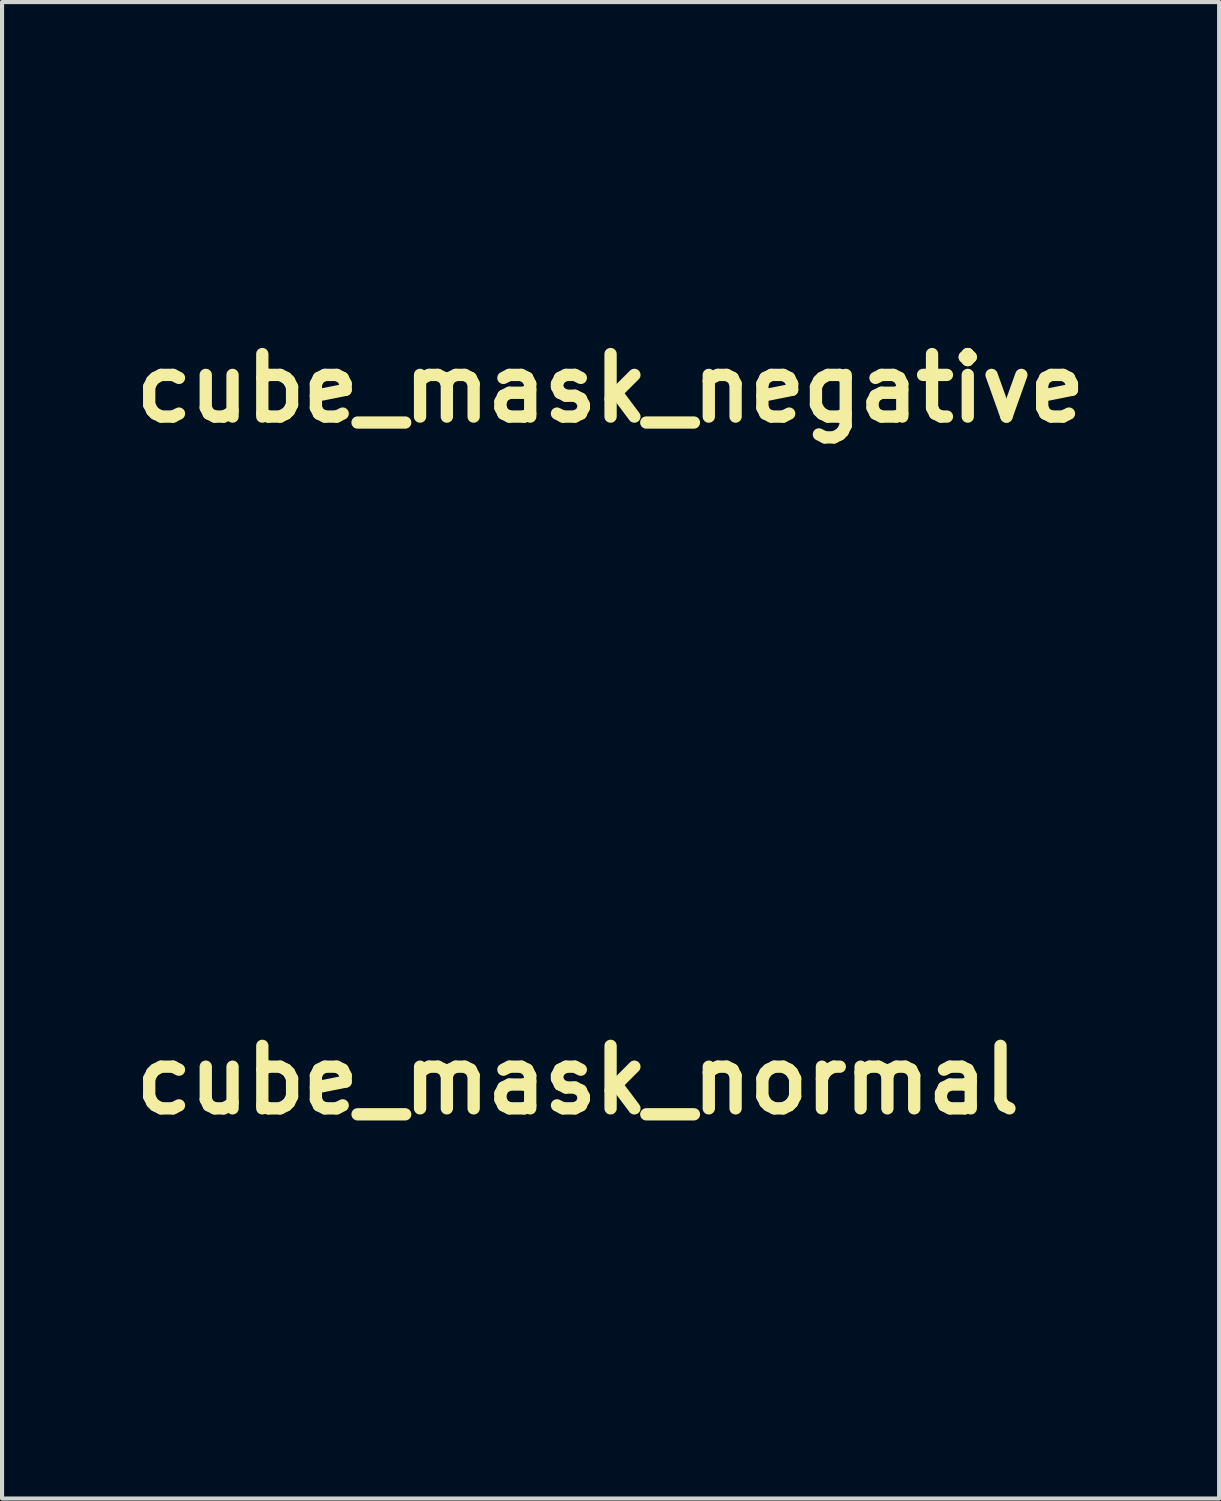
<source format=kicad_pcb>
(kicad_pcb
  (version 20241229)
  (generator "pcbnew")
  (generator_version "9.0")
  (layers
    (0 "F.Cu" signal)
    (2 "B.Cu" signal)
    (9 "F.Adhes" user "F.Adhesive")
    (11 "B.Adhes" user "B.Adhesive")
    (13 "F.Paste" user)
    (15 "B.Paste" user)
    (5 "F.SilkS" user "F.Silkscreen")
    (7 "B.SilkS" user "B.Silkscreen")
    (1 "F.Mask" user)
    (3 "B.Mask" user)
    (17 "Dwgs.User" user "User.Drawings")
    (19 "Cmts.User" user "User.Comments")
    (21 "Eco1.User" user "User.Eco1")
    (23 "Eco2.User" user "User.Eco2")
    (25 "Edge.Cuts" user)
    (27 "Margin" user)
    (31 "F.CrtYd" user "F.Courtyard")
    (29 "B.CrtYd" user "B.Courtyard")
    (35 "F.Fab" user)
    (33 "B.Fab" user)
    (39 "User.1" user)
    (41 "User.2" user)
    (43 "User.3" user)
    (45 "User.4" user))
  (footprint "cube_mask_negative"
    (layer "F.Cu")
    (at 11.836 6.417)
    (property "Reference" "cube_mask_negative" (at 0 0 0) (layer "F.SilkS") (effects (font (size 1.524 1.524) (thickness 0.3))))
    (attr through_hole)
    (fp_poly (pts (xy 0.642 -6.295) (xy 0.821 -6.251) (xy 1.064 -6.19) (xy 1.352 -6.118) (xy 1.667 -6.038) (xy 1.99 -5.955) (xy 2.18 -5.907) (xy 2.523 -5.82) (xy 2.89 -5.728) (xy 3.258 -5.638) (xy 3.602 -5.554) (xy 3.898 -5.484) (xy 4 -5.461) (xy 4.334 -5.383) (xy 4.679 -5.3) (xy 5.024 -5.215) (xy 5.36 -5.13) (xy 5.676 -5.048) (xy 5.961 -4.971) (xy 6.205 -4.903) (xy 6.398 -4.847) (xy 6.53 -4.804) (xy 6.589 -4.778) (xy 6.628 -4.706) (xy 6.646 -4.594) (xy 6.646 -4.582) (xy 6.642 -4.5) (xy 6.63 -4.347) (xy 6.611 -4.131) (xy 6.587 -3.865) (xy 6.558 -3.56) (xy 6.525 -3.227) (xy 6.491 -2.877) (xy 6.455 -2.522) (xy 6.419 -2.174) (xy 6.384 -1.842) (xy 6.352 -1.539) (xy 6.323 -1.275) (xy 6.299 -1.063) (xy 6.288 -0.974) (xy 6.265 -0.778) (xy 6.239 -0.521) (xy 6.212 -0.223) (xy 6.185 0.093) (xy 6.16 0.406) (xy 6.157 0.445) (xy 6.124 0.879) (xy 6.089 1.297) (xy 6.054 1.688) (xy 6.019 2.044) (xy 5.986 2.358) (xy 5.955 2.619) (xy 5.927 2.819) (xy 5.903 2.951) (xy 5.888 2.998) (xy 5.875 3.018) (xy 5.852 3.042) (xy 5.814 3.075) (xy 5.757 3.119) (xy 5.675 3.178) (xy 5.565 3.254) (xy 5.42 3.352) (xy 5.238 3.473) (xy 5.012 3.621) (xy 4.738 3.8) (xy 4.412 4.012) (xy 4.029 4.261) (xy 3.583 4.55) (xy 3.111 4.856) (xy 2.603 5.184) (xy 2.161 5.47) (xy 1.78 5.716) (xy 1.455 5.926) (xy 1.181 6.101) (xy 0.953 6.246) (xy 0.767 6.364) (xy 0.617 6.457) (xy 0.498 6.529) (xy 0.406 6.583) (xy 0.335 6.622) (xy 0.281 6.649) (xy 0.248 6.664) (xy 0.156 6.699) (xy 0.088 6.701) (xy 0.015 6.666) (xy -0.091 6.59) (xy -0.173 6.531) (xy -0.317 6.434) (xy -0.511 6.304) (xy -0.744 6.149) (xy -1.007 5.976) (xy -1.289 5.79) (xy -1.58 5.6) (xy -1.868 5.412) (xy -2.144 5.233) (xy -2.398 5.069) (xy -2.618 4.928) (xy -2.795 4.816) (xy -2.917 4.741) (xy -2.937 4.729) (xy -3.038 4.667) (xy -3.196 4.566) (xy -3.398 4.435) (xy -3.63 4.283) (xy -3.88 4.118) (xy -4.028 4.02) (xy -4.285 3.849) (xy -4.534 3.685) (xy -4.762 3.536) (xy -4.954 3.41) (xy -5.098 3.318) (xy -5.152 3.285) (xy -5.328 3.172) (xy -5.444 3.078) (xy -5.516 2.985) (xy -5.559 2.872) (xy -5.587 2.726) (xy -5.606 2.585) (xy -5.63 2.374) (xy -5.658 2.109) (xy -5.689 1.802) (xy -5.721 1.47) (xy -5.753 1.127) (xy -5.783 0.787) (xy -5.81 0.465) (xy -5.834 0.175) (xy -5.851 -0.06) (xy -5.797 -0.06) (xy -5.792 0.074) (xy -5.78 0.256) (xy -5.76 0.489) (xy -5.732 0.782) (xy -5.695 1.139) (xy -5.649 1.567) (xy -5.594 2.073) (xy -5.585 2.159) (xy -5.55 2.457) (xy -5.519 2.681) (xy -5.491 2.84) (xy -5.464 2.944) (xy -5.435 3.003) (xy -5.427 3.013) (xy -5.369 3.057) (xy -5.254 3.137) (xy -5.092 3.246) (xy -4.894 3.377) (xy -4.671 3.521) (xy -4.434 3.674) (xy -4.195 3.826) (xy -3.964 3.973) (xy -3.752 4.105) (xy -3.57 4.217) (xy -3.43 4.301) (xy -3.341 4.35) (xy -3.317 4.36) (xy -3.278 4.323) (xy -3.247 4.233) (xy -3.245 4.223) (xy -3.242 4.147) (xy -3.244 3.998) (xy -3.251 3.788) (xy -3.263 3.529) (xy -3.279 3.233) (xy -3.299 2.91) (xy -3.307 2.794) (xy -3.329 2.457) (xy -3.349 2.134) (xy -3.367 1.839) (xy -3.379 1.643) (xy -3.024 1.643) (xy -3.02 1.897) (xy -3.008 2.221) (xy -2.988 2.62) (xy -2.964 3.027) (xy -2.937 3.447) (xy -2.915 3.791) (xy -2.896 4.067) (xy -2.879 4.282) (xy -2.862 4.446) (xy -2.845 4.566) (xy -2.827 4.65) (xy -2.806 4.706) (xy -2.781 4.743) (xy -2.751 4.768) (xy -2.716 4.79) (xy -2.655 4.828) (xy -2.531 4.907) (xy -2.355 5.019) (xy -2.135 5.161) (xy -1.88 5.324) (xy -1.6 5.505) (xy -1.382 5.646) (xy -1.093 5.831) (xy -0.827 6.001) (xy -0.591 6.151) (xy -0.394 6.274) (xy -0.245 6.365) (xy -0.151 6.421) (xy -0.122 6.435) (xy -0.114 6.394) (xy -0.106 6.276) (xy -0.1 6.089) (xy -0.094 5.842) (xy -0.09 5.542) (xy -0.086 5.196) (xy -0.085 4.814) (xy -0.085 4.619) (xy -0.085 4.177) (xy -0.086 3.812) (xy -0.088 3.515) (xy -0.091 3.281) (xy -0.095 3.1) (xy -0.102 2.964) (xy -0.11 2.867) (xy -0.121 2.8) (xy -0.135 2.755) (xy -0.152 2.726) (xy -0.159 2.717) (xy -0.227 2.66) (xy -0.35 2.578) (xy -0.507 2.482) (xy -0.614 2.422) (xy -0.813 2.315) (xy -1.048 2.19) (xy -1.306 2.055) (xy -1.577 1.914) (xy -1.851 1.772) (xy -2.117 1.637) (xy -2.364 1.512) (xy -2.581 1.403) (xy -2.758 1.316) (xy -2.884 1.256) (xy -2.949 1.229) (xy -2.953 1.228) (xy -2.984 1.251) (xy -3.006 1.325) (xy -3.019 1.454) (xy -3.024 1.643) (xy -3.379 1.643) (xy -3.382 1.584) (xy -3.393 1.384) (xy -3.399 1.251) (xy -3.4 1.228) (xy -3.408 0.954) (xy -3.747 0.77) (xy -3.991 0.638) (xy -4.255 0.498) (xy -4.527 0.356) (xy -4.796 0.216) (xy -5.052 0.085) (xy -5.284 -0.032) (xy -5.48 -0.13) (xy -5.631 -0.203) (xy -5.725 -0.245) (xy -5.75 -0.254) (xy -5.771 -0.245) (xy -5.786 -0.214) (xy -5.794 -0.154) (xy -5.797 -0.06) (xy -5.851 -0.06) (xy -5.851 -0.067) (xy -5.862 -0.247) (xy -5.863 -0.275) (xy -5.876 -0.486) (xy -5.894 -0.693) (xy -5.914 -0.863) (xy -5.924 -0.919) (xy -5.939 -1.02) (xy -5.96 -1.191) (xy -5.986 -1.42) (xy -6.015 -1.692) (xy -6.045 -1.993) (xy -6.074 -2.295) (xy -6.106 -2.637) (xy -6.14 -2.988) (xy -6.173 -3.326) (xy -6.204 -3.633) (xy -6.231 -3.889) (xy -6.247 -4.033) (xy -6.275 -4.301) (xy -6.285 -4.442) (xy -6.201 -4.442) (xy -6.195 -4.321) (xy -6.182 -4.137) (xy -6.165 -3.903) (xy -6.143 -3.628) (xy -6.117 -3.325) (xy -6.089 -3.005) (xy -6.06 -2.677) (xy -6.03 -2.355) (xy -6.001 -2.048) (xy -5.973 -1.768) (xy -5.948 -1.527) (xy -5.926 -1.334) (xy -5.925 -1.322) (xy -5.895 -1.101) (xy -5.861 -0.945) (xy -5.812 -0.833) (xy -5.737 -0.747) (xy -5.624 -0.665) (xy -5.516 -0.601) (xy -5.388 -0.529) (xy -5.214 -0.434) (xy -5.004 -0.323) (xy -4.771 -0.201) (xy -4.527 -0.075) (xy -4.285 0.049) (xy -4.056 0.165) (xy -3.852 0.267) (xy -3.687 0.348) (xy -3.571 0.402) (xy -3.516 0.423) (xy -3.515 0.423) (xy -3.459 0.395) (xy -3.457 0.392) (xy -3.454 0.34) (xy -3.456 0.215) (xy -3.463 0.027) (xy -3.474 -0.216) (xy -3.488 -0.501) (xy -3.506 -0.82) (xy -3.525 -1.161) (xy -3.547 -1.516) (xy -3.569 -1.872) (xy -3.592 -2.221) (xy -3.614 -2.552) (xy -3.636 -2.855) (xy -3.653 -3.079) (xy -3.274 -3.079) (xy -3.273 -2.884) (xy -3.266 -2.63) (xy -3.253 -2.311) (xy -3.235 -1.92) (xy -3.216 -1.537) (xy -3.196 -1.153) (xy -3.175 -0.787) (xy -3.154 -0.451) (xy -3.134 -0.153) (xy -3.115 0.094) (xy -3.098 0.282) (xy -3.084 0.398) (xy -3.081 0.418) (xy -3.046 0.552) (xy -2.999 0.641) (xy -2.916 0.717) (xy -2.814 0.786) (xy -2.733 0.833) (xy -2.593 0.91) (xy -2.405 1.011) (xy -2.179 1.131) (xy -1.925 1.264) (xy -1.655 1.405) (xy -1.379 1.548) (xy -1.107 1.688) (xy -0.85 1.82) (xy -0.619 1.937) (xy -0.424 2.035) (xy -0.276 2.108) (xy -0.185 2.15) (xy -0.162 2.158) (xy -0.128 2.124) (xy -0.112 2.085) (xy -0.104 2.016) (xy -0.096 1.873) (xy -0.088 1.666) (xy -0.081 1.408) (xy -0.075 1.109) (xy -0.069 0.779) (xy -0.063 0.43) (xy -0.059 0.072) (xy -0.056 -0.284) (xy -0.054 -0.627) (xy -0.054 -0.946) (xy -0.054 -1.23) (xy -0.057 -1.468) (xy -0.061 -1.65) (xy -0.065 -1.729) (xy -0.078 -1.947) (xy -0.091 -2.095) (xy -0.107 -2.189) (xy -0.129 -2.243) (xy -0.162 -2.274) (xy -0.207 -2.295) (xy -0.272 -2.32) (xy -0.406 -2.371) (xy -0.599 -2.444) (xy -0.842 -2.536) (xy -1.124 -2.643) (xy -1.435 -2.761) (xy -1.693 -2.858) (xy -2.018 -2.981) (xy -2.32 -3.095) (xy -2.589 -3.197) (xy -2.815 -3.282) (xy -2.989 -3.348) (xy -3.101 -3.391) (xy -3.14 -3.406) (xy -3.18 -3.418) (xy -3.213 -3.413) (xy -3.239 -3.383) (xy -3.257 -3.322) (xy -3.269 -3.223) (xy -3.274 -3.079) (xy -3.653 -3.079) (xy -3.656 -3.119) (xy -3.674 -3.334) (xy -3.689 -3.491) (xy -3.701 -3.579) (xy -3.705 -3.594) (xy -3.759 -3.622) (xy -3.883 -3.675) (xy -4.068 -3.75) (xy -4.306 -3.842) (xy -4.586 -3.948) (xy -4.901 -4.066) (xy -5.24 -4.19) (xy -5.595 -4.318) (xy -5.661 -4.342) (xy -5.855 -4.408) (xy -6.02 -4.458) (xy -6.139 -4.488) (xy -6.197 -4.493) (xy -6.2 -4.49) (xy -6.201 -4.442) (xy -6.285 -4.442) (xy -6.289 -4.497) (xy -6.288 -4.635) (xy -6.27 -4.727) (xy -6.236 -4.786) (xy -6.185 -4.824) (xy -6.128 -4.843) (xy -5.998 -4.879) (xy -5.806 -4.93) (xy -5.561 -4.993) (xy -5.273 -5.066) (xy -4.951 -5.147) (xy -4.632 -5.225) (xy -4.226 -5.325) (xy -3.76 -5.44) (xy -3.258 -5.563) (xy -2.742 -5.691) (xy -2.235 -5.816) (xy -1.76 -5.934) (xy -1.496 -6) (xy 0.162 -6.412) (xy 0.642 -6.295)) (stroke (width 0.01) (type solid)) (fill yes) (layer "F.Mask")))
  (footprint "cube_mask_normal"
    (layer "F.Cu")
    (at 11.038 23.283)
    (property "Reference" "cube_mask_normal" (at 0 0 0) (layer "F.SilkS") (effects (font (size 1.524 1.524) (thickness 0.3))))
    (attr through_hole)
    (fp_poly (pts (xy -5.671 -0.191) (xy -5.551 -0.136) (xy -5.377 -0.051) (xy -5.158 0.059) (xy -4.905 0.19) (xy -4.628 0.335) (xy -4.551 0.376) (xy -3.45 0.962) (xy -3.421 1.423) (xy -3.386 1.991) (xy -3.356 2.481) (xy -3.332 2.898) (xy -3.312 3.248) (xy -3.298 3.536) (xy -3.289 3.769) (xy -3.284 3.951) (xy -3.284 4.089) (xy -3.288 4.189) (xy -3.296 4.256) (xy -3.309 4.296) (xy -3.325 4.315) (xy -3.34 4.318) (xy -3.382 4.296) (xy -3.485 4.235) (xy -3.638 4.141) (xy -3.83 4.022) (xy -4.051 3.882) (xy -4.15 3.819) (xy -4.489 3.603) (xy -4.763 3.427) (xy -4.979 3.286) (xy -5.146 3.174) (xy -5.268 3.087) (xy -5.355 3.018) (xy -5.411 2.963) (xy -5.446 2.917) (xy -5.465 2.873) (xy -5.475 2.827) (xy -5.478 2.806) (xy -5.492 2.705) (xy -5.512 2.534) (xy -5.537 2.309) (xy -5.566 2.043) (xy -5.597 1.752) (xy -5.628 1.45) (xy -5.658 1.153) (xy -5.686 0.873) (xy -5.71 0.627) (xy -5.728 0.429) (xy -5.737 0.318) (xy -5.751 0.144) (xy -5.767 -0.006) (xy -5.78 -0.106) (xy -5.782 -0.116) (xy -5.78 -0.191) (xy -5.726 -0.211) (xy -5.671 -0.191)) (stroke (width 0.01) (type solid)) (fill yes) (layer "F.Mask"))
    (fp_poly (pts (xy -2.867 1.289) (xy -2.755 1.343) (xy -2.589 1.426) (xy -2.381 1.532) (xy -2.14 1.656) (xy -1.877 1.793) (xy -1.603 1.937) (xy -1.328 2.082) (xy -1.062 2.223) (xy -0.816 2.355) (xy -0.601 2.471) (xy -0.427 2.567) (xy -0.305 2.636) (xy -0.248 2.671) (xy -0.207 2.703) (xy -0.176 2.74) (xy -0.155 2.794) (xy -0.139 2.88) (xy -0.127 3.01) (xy -0.117 3.199) (xy -0.105 3.451) (xy -0.099 3.652) (xy -0.095 3.899) (xy -0.094 4.18) (xy -0.095 4.483) (xy -0.098 4.798) (xy -0.103 5.113) (xy -0.11 5.417) (xy -0.117 5.699) (xy -0.126 5.948) (xy -0.136 6.151) (xy -0.147 6.298) (xy -0.158 6.378) (xy -0.164 6.39) (xy -0.204 6.367) (xy -0.307 6.303) (xy -0.466 6.203) (xy -0.671 6.073) (xy -0.916 5.916) (xy -1.191 5.739) (xy -1.489 5.547) (xy -1.51 5.533) (xy -2.83 4.679) (xy -2.854 4.34) (xy -2.874 4.049) (xy -2.894 3.728) (xy -2.913 3.39) (xy -2.931 3.046) (xy -2.948 2.705) (xy -2.962 2.381) (xy -2.975 2.083) (xy -2.984 1.823) (xy -2.99 1.611) (xy -2.992 1.46) (xy -2.989 1.38) (xy -2.988 1.374) (xy -2.952 1.295) (xy -2.914 1.27) (xy -2.867 1.289)) (stroke (width 0.01) (type solid)) (fill yes) (layer "F.Mask"))
    (fp_poly (pts (xy -6.125 -4.463) (xy -6.013 -4.429) (xy -5.847 -4.372) (xy -5.637 -4.298) (xy -5.396 -4.211) (xy -5.134 -4.115) (xy -4.864 -4.014) (xy -4.598 -3.914) (xy -4.348 -3.818) (xy -4.124 -3.731) (xy -3.94 -3.657) (xy -3.807 -3.6) (xy -3.736 -3.566) (xy -3.728 -3.56) (xy -3.72 -3.51) (xy -3.708 -3.384) (xy -3.694 -3.193) (xy -3.676 -2.943) (xy -3.657 -2.646) (xy -3.637 -2.31) (xy -3.615 -1.943) (xy -3.606 -1.77) (xy -3.584 -1.385) (xy -3.563 -1.02) (xy -3.543 -0.684) (xy -3.525 -0.388) (xy -3.509 -0.143) (xy -3.496 0.042) (xy -3.487 0.157) (xy -3.485 0.18) (xy -3.475 0.307) (xy -3.489 0.367) (xy -3.519 0.38) (xy -3.572 0.361) (xy -3.688 0.309) (xy -3.857 0.228) (xy -4.067 0.124) (xy -4.306 0.004) (xy -4.445 -0.067) (xy -4.8 -0.251) (xy -5.086 -0.4) (xy -5.312 -0.52) (xy -5.484 -0.615) (xy -5.611 -0.69) (xy -5.699 -0.747) (xy -5.756 -0.793) (xy -5.79 -0.83) (xy -5.799 -0.845) (xy -5.82 -0.915) (xy -5.846 -1.051) (xy -5.875 -1.232) (xy -5.902 -1.439) (xy -5.903 -1.445) (xy -5.928 -1.665) (xy -5.956 -1.927) (xy -5.985 -2.221) (xy -6.016 -2.536) (xy -6.046 -2.86) (xy -6.075 -3.183) (xy -6.102 -3.492) (xy -6.126 -3.778) (xy -6.145 -4.029) (xy -6.16 -4.234) (xy -6.169 -4.382) (xy -6.17 -4.461) (xy -6.169 -4.471) (xy -6.125 -4.463)) (stroke (width 0.01) (type solid)) (fill yes) (layer "F.Mask"))
    (fp_poly (pts (xy -3.183 -3.344) (xy -3.07 -3.31) (xy -2.898 -3.253) (xy -2.68 -3.178) (xy -2.424 -3.089) (xy -2.141 -2.988) (xy -1.842 -2.88) (xy -1.538 -2.77) (xy -1.239 -2.659) (xy -0.955 -2.553) (xy -0.697 -2.456) (xy -0.476 -2.37) (xy -0.302 -2.3) (xy -0.185 -2.251) (xy -0.136 -2.225) (xy -0.126 -2.174) (xy -0.117 -2.049) (xy -0.11 -1.859) (xy -0.103 -1.617) (xy -0.097 -1.33) (xy -0.093 -1.011) (xy -0.091 -0.67) (xy -0.089 -0.316) (xy -0.09 0.04) (xy -0.092 0.387) (xy -0.096 0.716) (xy -0.101 1.015) (xy -0.107 1.217) (xy -0.12 1.549) (xy -0.133 1.801) (xy -0.148 1.977) (xy -0.165 2.08) (xy -0.184 2.115) (xy -0.185 2.115) (xy -0.233 2.096) (xy -0.347 2.042) (xy -0.516 1.958) (xy -0.731 1.851) (xy -0.981 1.723) (xy -1.257 1.58) (xy -1.333 1.541) (xy -1.727 1.336) (xy -2.053 1.165) (xy -2.317 1.026) (xy -2.526 0.913) (xy -2.686 0.824) (xy -2.806 0.754) (xy -2.891 0.699) (xy -2.949 0.655) (xy -2.986 0.619) (xy -3.009 0.586) (xy -3.012 0.581) (xy -3.025 0.52) (xy -3.04 0.386) (xy -3.058 0.19) (xy -3.078 -0.058) (xy -3.098 -0.348) (xy -3.119 -0.67) (xy -3.14 -1.013) (xy -3.16 -1.366) (xy -3.179 -1.72) (xy -3.196 -2.065) (xy -3.211 -2.389) (xy -3.223 -2.682) (xy -3.231 -2.935) (xy -3.235 -3.137) (xy -3.235 -3.278) (xy -3.229 -3.347) (xy -3.227 -3.351) (xy -3.183 -3.344)) (stroke (width 0.01) (type solid)) (fill yes) (layer "F.Mask"))
    (fp_poly (pts (xy 7.197 7.197) (xy -7.154 7.197) (xy -7.154 -4.485) (xy -6.32 -4.485) (xy -6.304 -4.263) (xy -6.287 -4.098) (xy -6.266 -3.912) (xy -6.24 -3.659) (xy -6.21 -3.358) (xy -6.178 -3.027) (xy -6.145 -2.682) (xy -6.117 -2.392) (xy -6.087 -2.071) (xy -6.056 -1.765) (xy -6.027 -1.489) (xy -6 -1.257) (xy -5.978 -1.081) (xy -5.962 -0.975) (xy -5.962 -0.974) (xy -5.938 -0.819) (xy -5.917 -0.618) (xy -5.902 -0.408) (xy -5.899 -0.36) (xy -5.89 -0.2) (xy -5.874 0.028) (xy -5.852 0.31) (xy -5.825 0.631) (xy -5.796 0.975) (xy -5.764 1.327) (xy -5.732 1.672) (xy -5.701 1.994) (xy -5.673 2.278) (xy -5.648 2.51) (xy -5.629 2.665) (xy -5.586 2.886) (xy -5.518 3.045) (xy -5.413 3.16) (xy -5.284 3.242) (xy -5.22 3.281) (xy -5.095 3.359) (xy -4.921 3.472) (xy -4.707 3.611) (xy -4.463 3.771) (xy -4.199 3.945) (xy -4.164 3.968) (xy -3.893 4.147) (xy -3.637 4.315) (xy -3.405 4.467) (xy -3.209 4.593) (xy -3.06 4.688) (xy -2.969 4.744) (xy -2.965 4.746) (xy -2.864 4.807) (xy -2.709 4.904) (xy -2.51 5.032) (xy -2.274 5.183) (xy -2.014 5.352) (xy -1.736 5.533) (xy -1.452 5.719) (xy -1.171 5.904) (xy -0.901 6.082) (xy -0.654 6.247) (xy -0.437 6.392) (xy -0.261 6.511) (xy -0.136 6.597) (xy -0.07 6.646) (xy -0.065 6.65) (xy 0.065 6.721) (xy 0.223 6.714) (xy 0.334 6.67) (xy 0.37 6.65) (xy 0.424 6.618) (xy 0.5 6.572) (xy 0.603 6.507) (xy 0.737 6.422) (xy 0.907 6.314) (xy 1.117 6.18) (xy 1.371 6.016) (xy 1.675 5.82) (xy 2.032 5.59) (xy 2.447 5.322) (xy 2.925 5.013) (xy 3.429 4.687) (xy 3.91 4.376) (xy 4.325 4.107) (xy 4.678 3.877) (xy 4.975 3.683) (xy 5.221 3.522) (xy 5.42 3.39) (xy 5.577 3.284) (xy 5.698 3.2) (xy 5.788 3.136) (xy 5.85 3.088) (xy 5.891 3.052) (xy 5.915 3.026) (xy 5.923 3.012) (xy 5.941 2.943) (xy 5.965 2.795) (xy 5.993 2.578) (xy 6.025 2.298) (xy 6.06 1.961) (xy 6.097 1.576) (xy 6.136 1.15) (xy 6.175 0.689) (xy 6.215 0.201) (xy 6.223 0.096) (xy 6.247 -0.204) (xy 6.27 -0.477) (xy 6.291 -0.712) (xy 6.308 -0.897) (xy 6.321 -1.02) (xy 6.329 -1.068) (xy 6.341 -1.132) (xy 6.359 -1.268) (xy 6.382 -1.466) (xy 6.408 -1.715) (xy 6.438 -2.003) (xy 6.47 -2.321) (xy 6.502 -2.656) (xy 6.534 -2.998) (xy 6.565 -3.337) (xy 6.594 -3.661) (xy 6.62 -3.959) (xy 6.641 -4.22) (xy 6.658 -4.434) (xy 6.667 -4.59) (xy 6.67 -4.676) (xy 6.669 -4.688) (xy 6.604 -4.785) (xy 6.496 -4.851) (xy 6.414 -4.878) (xy 6.261 -4.922) (xy 6.049 -4.98) (xy 5.791 -5.049) (xy 5.498 -5.125) (xy 5.183 -5.206) (xy 4.857 -5.288) (xy 4.533 -5.368) (xy 4.221 -5.445) (xy 3.935 -5.513) (xy 3.685 -5.572) (xy 3.485 -5.616) (xy 3.429 -5.628) (xy 3.216 -5.675) (xy 2.953 -5.737) (xy 2.672 -5.806) (xy 2.403 -5.876) (xy 2.371 -5.885) (xy 2.117 -5.952) (xy 1.81 -6.033) (xy 1.479 -6.117) (xy 1.155 -6.2) (xy 0.962 -6.248) (xy 0.168 -6.446) (xy -1.557 -6.017) (xy -2 -5.907) (xy -2.482 -5.788) (xy -2.981 -5.665) (xy -3.477 -5.543) (xy -3.949 -5.428) (xy -4.376 -5.323) (xy -4.678 -5.249) (xy -5.013 -5.167) (xy -5.325 -5.09) (xy -5.603 -5.02) (xy -5.838 -4.96) (xy -6.018 -4.913) (xy -6.133 -4.881) (xy -6.171 -4.868) (xy -6.244 -4.823) (xy -6.292 -4.752) (xy -6.317 -4.644) (xy -6.32 -4.485) (xy -7.154 -4.485) (xy -7.154 -7.154) (xy 7.197 -7.154) (xy 7.197 7.197)) (stroke (width 0.01) (type solid)) (fill yes) (layer "F.Mask")))
  (gr_rect
    (start -3 -3)
    (end 26.673 33.485)
    (stroke (width 0.1) (type default))
    (fill no)
    (layer "Edge.Cuts")))
</source>
